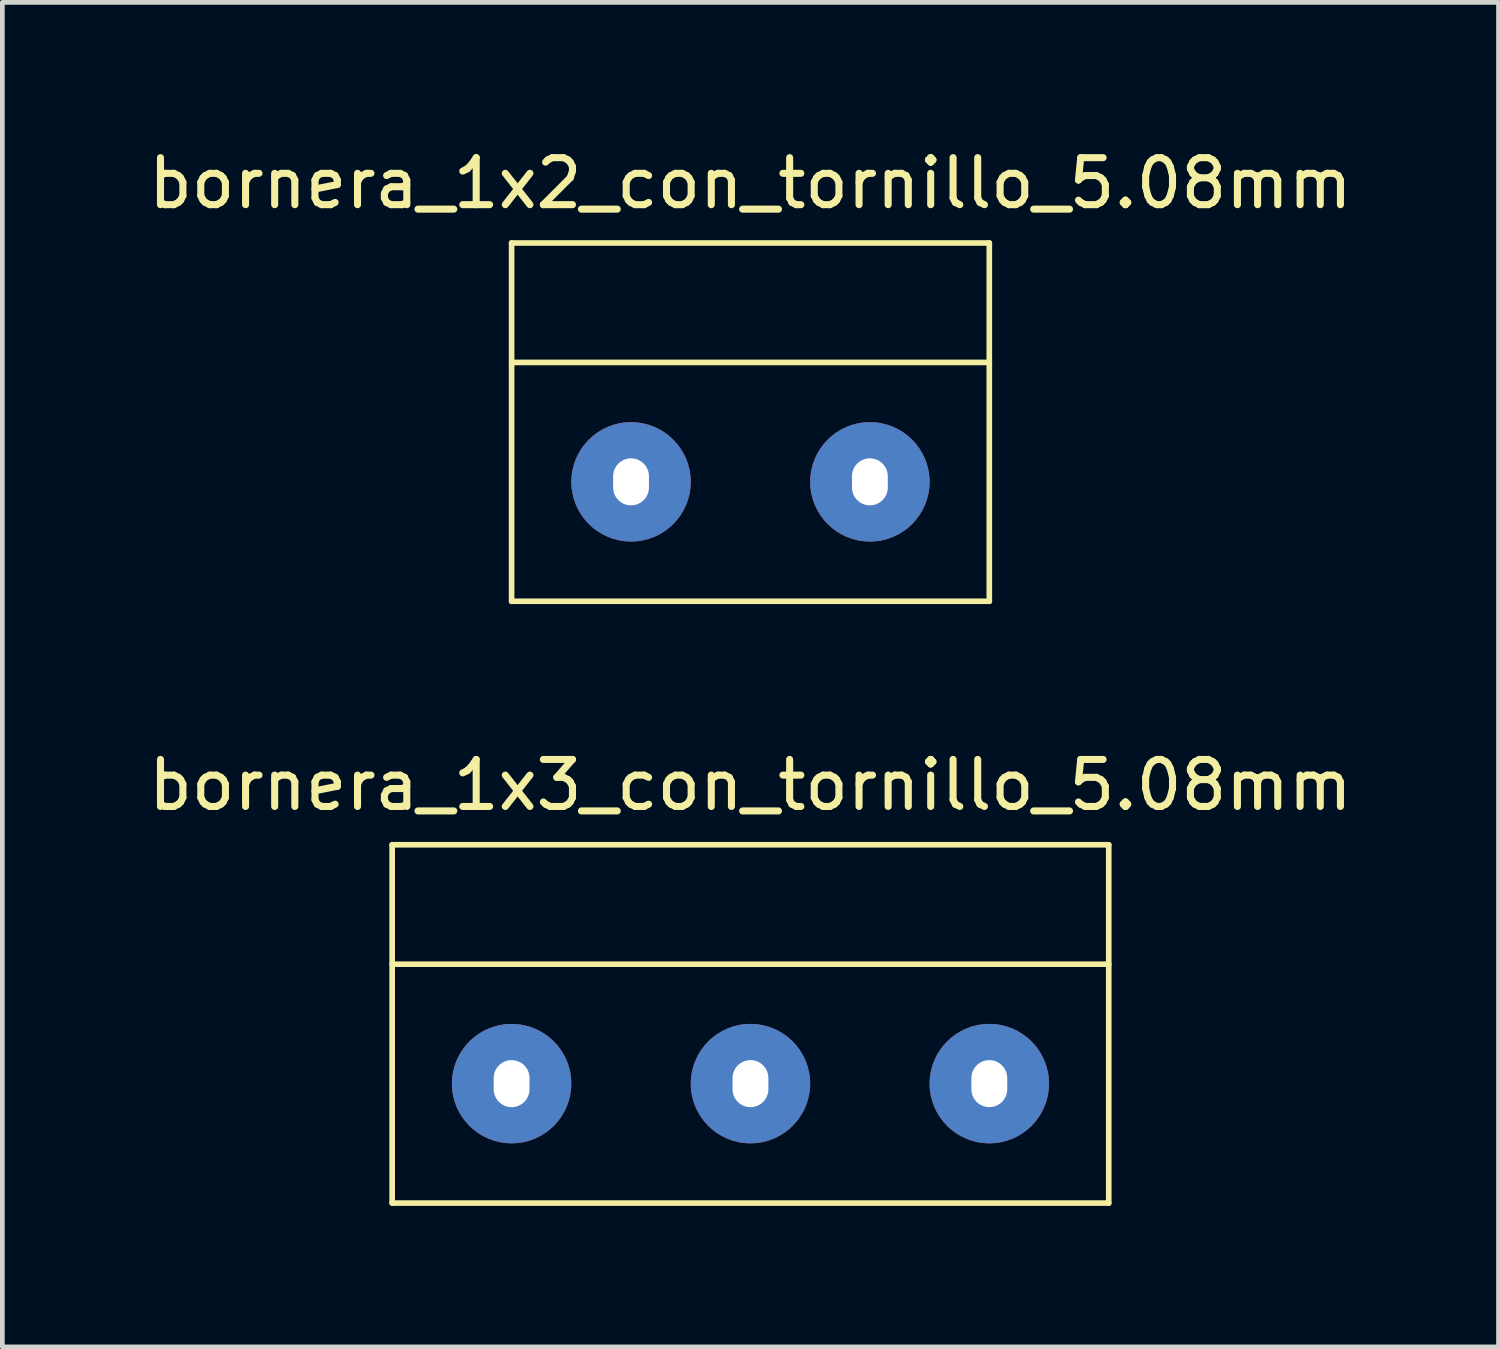
<source format=kicad_pcb>
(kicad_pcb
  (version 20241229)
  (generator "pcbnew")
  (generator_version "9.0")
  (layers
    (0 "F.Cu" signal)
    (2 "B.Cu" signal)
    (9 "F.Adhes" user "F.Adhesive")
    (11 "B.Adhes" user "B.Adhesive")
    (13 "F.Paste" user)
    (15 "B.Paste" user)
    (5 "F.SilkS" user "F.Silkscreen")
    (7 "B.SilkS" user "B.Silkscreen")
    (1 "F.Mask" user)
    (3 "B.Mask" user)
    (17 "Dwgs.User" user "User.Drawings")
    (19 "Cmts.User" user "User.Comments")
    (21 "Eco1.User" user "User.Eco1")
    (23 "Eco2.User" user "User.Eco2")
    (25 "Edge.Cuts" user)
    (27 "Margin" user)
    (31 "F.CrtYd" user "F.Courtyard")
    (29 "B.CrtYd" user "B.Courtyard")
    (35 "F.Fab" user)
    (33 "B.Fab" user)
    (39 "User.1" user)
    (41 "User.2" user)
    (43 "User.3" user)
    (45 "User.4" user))
  (footprint "bornera_1x3_con_tornillo_5.08mm"
    (layer "F.Cu")
    (at 7.831 19.997)
    (property "Reference" "bornera_1x3_con_tornillo_5.08mm" (at 5.08 -6.35 0) (layer "F.SilkS") (effects (font (size 1 1) (thickness 0.15))))
    (attr through_hole)
    (fp_line (start -2.54 -5.08) (end 12.7 -5.08) (stroke (width 0.12) (type solid)) (layer "F.SilkS"))
    (fp_line (start -2.54 -2.54) (end 12.7 -2.54) (stroke (width 0.12) (type solid)) (layer "F.SilkS"))
    (fp_line (start -2.54 2.54) (end -2.54 -5.08) (stroke (width 0.12) (type solid)) (layer "F.SilkS"))
    (fp_line (start 12.7 -5.08) (end 12.7 2.54) (stroke (width 0.12) (type solid)) (layer "F.SilkS"))
    (fp_line (start 12.7 2.54) (end -2.54 2.54) (stroke (width 0.12) (type solid)) (layer "F.SilkS"))
    (pad "1" thru_hole circle (at 0 0) (size 2.54 2.54) (drill oval 0.762 1) (layers "*.Cu" "*.Mask"))
    (pad "2" thru_hole circle (at 5.08 0) (size 2.54 2.54) (drill oval 0.762 1) (layers "*.Cu" "*.Mask"))
    (pad "3" thru_hole circle (at 10.16 0) (size 2.54 2.54) (drill oval 0.762 1) (layers "*.Cu" "*.Mask")))
  (footprint "bornera_1x2_con_tornillo_5.08mm"
    (layer "F.Cu")
    (at 10.371 7.198)
    (property "Reference" "bornera_1x2_con_tornillo_5.08mm" (at 2.54 -6.35 0) (layer "F.SilkS") (effects (font (size 1 1) (thickness 0.15))))
    (attr through_hole)
    (fp_line (start -2.54 -5.08) (end 7.62 -5.08) (stroke (width 0.12) (type solid)) (layer "F.SilkS"))
    (fp_line (start -2.54 2.54) (end -2.54 -5.08) (stroke (width 0.12) (type solid)) (layer "F.SilkS"))
    (fp_line (start 7.62 -5.08) (end 7.62 2.54) (stroke (width 0.12) (type solid)) (layer "F.SilkS"))
    (fp_line (start 7.62 -2.54) (end -2.54 -2.54) (stroke (width 0.12) (type solid)) (layer "F.SilkS"))
    (fp_line (start 7.62 2.54) (end -2.54 2.54) (stroke (width 0.12) (type solid)) (layer "F.SilkS"))
    (pad "1" thru_hole circle (at 0 0) (size 2.54 2.54) (drill oval 0.762 1) (layers "*.Cu" "*.Mask"))
    (pad "2" thru_hole circle (at 5.08 0) (size 2.54 2.54) (drill oval 0.762 1) (layers "*.Cu" "*.Mask")))
  (gr_rect
    (start -3 -3)
    (end 28.821 25.596)
    (stroke (width 0.1) (type default))
    (fill no)
    (layer "Edge.Cuts")))
</source>
